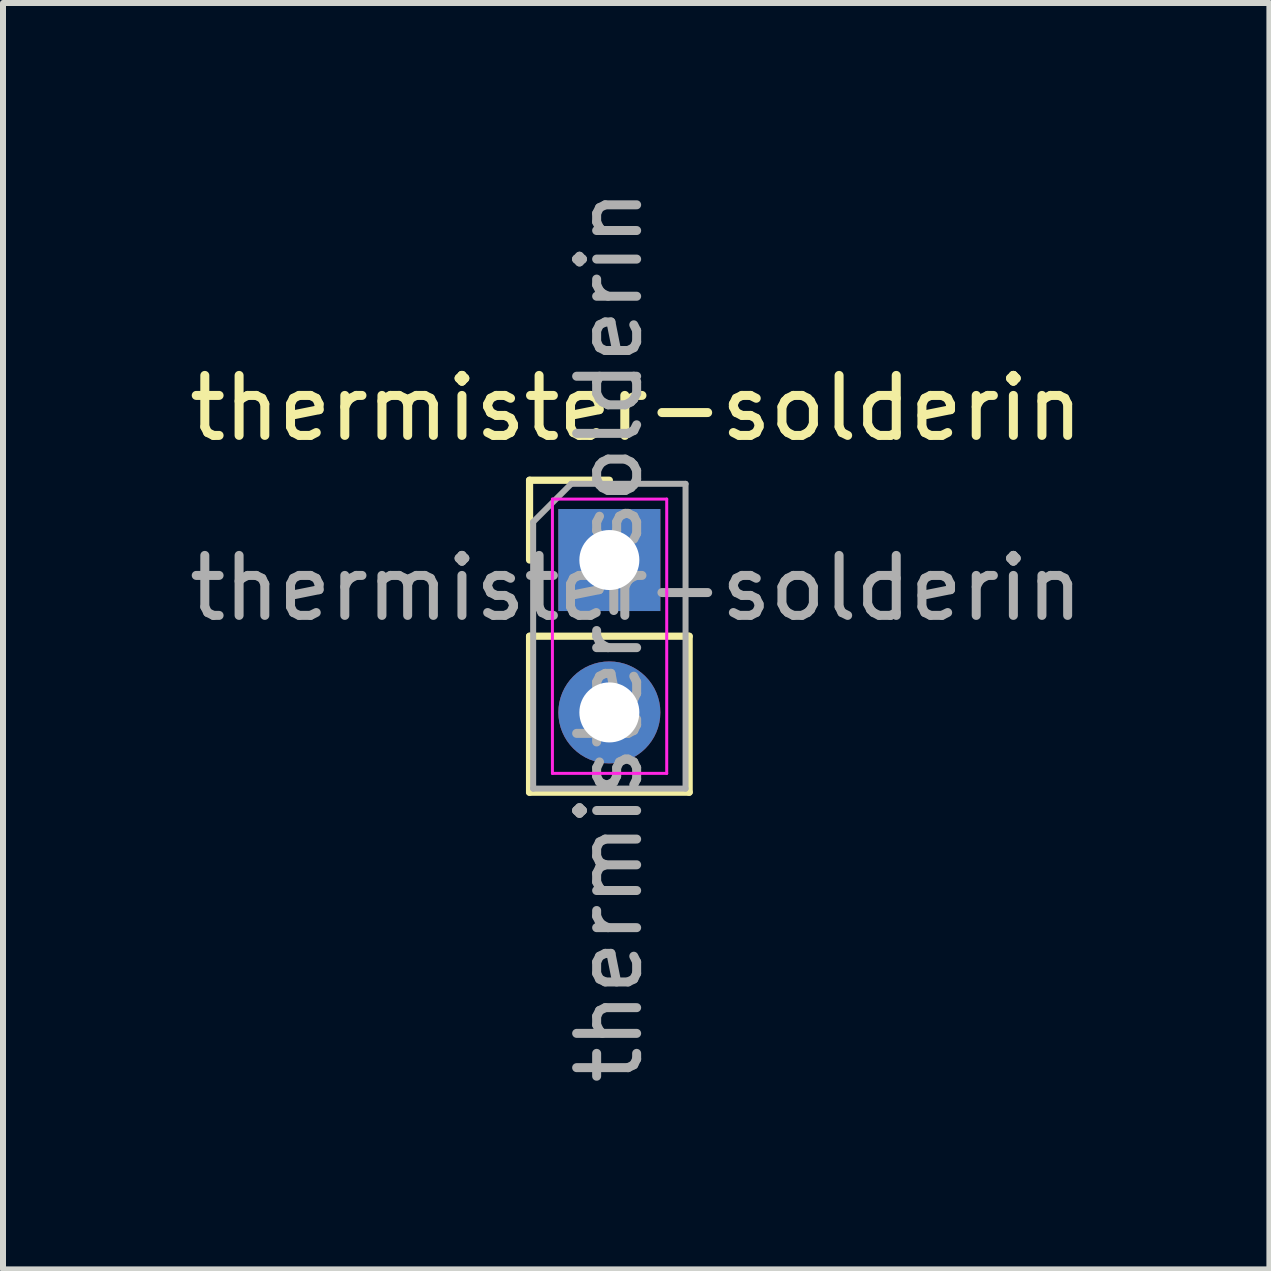
<source format=kicad_pcb>
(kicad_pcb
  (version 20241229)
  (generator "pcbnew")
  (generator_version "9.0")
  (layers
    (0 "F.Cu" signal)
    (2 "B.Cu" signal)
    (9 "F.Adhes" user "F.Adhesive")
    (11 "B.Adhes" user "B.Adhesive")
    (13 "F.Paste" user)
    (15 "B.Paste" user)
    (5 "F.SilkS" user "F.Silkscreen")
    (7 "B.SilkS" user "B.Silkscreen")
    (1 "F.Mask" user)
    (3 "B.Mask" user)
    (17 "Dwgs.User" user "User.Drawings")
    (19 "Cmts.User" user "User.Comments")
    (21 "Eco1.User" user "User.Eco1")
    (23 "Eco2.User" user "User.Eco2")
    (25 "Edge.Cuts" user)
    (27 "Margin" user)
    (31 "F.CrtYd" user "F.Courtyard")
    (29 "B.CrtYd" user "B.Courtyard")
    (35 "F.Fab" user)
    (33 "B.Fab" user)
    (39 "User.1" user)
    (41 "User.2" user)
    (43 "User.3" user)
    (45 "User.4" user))
  (footprint "thermister-solderin"
    (layer "F.Cu")
    (at 7.554 4.252)
    (property "Reference" "thermister-solderin" (at 0 -0.5 0) (unlocked yes) (layer "F.SilkS") (effects (font (size 1 1) (thickness 0.15))))
    (attr smd)
    (fp_line (start -1.778 0.702) (end -0.448 0.702) (stroke (width 0.12) (type solid)) (layer "F.SilkS"))
    (fp_line (start -1.778 2.032) (end -1.778 0.702) (stroke (width 0.12) (type solid)) (layer "F.SilkS"))
    (fp_line (start -1.778 3.302) (end -1.778 5.902) (stroke (width 0.12) (type solid)) (layer "F.SilkS"))
    (fp_line (start -1.778 3.302) (end 0.882 3.302) (stroke (width 0.12) (type solid)) (layer "F.SilkS"))
    (fp_line (start -1.778 5.902) (end 0.882 5.902) (stroke (width 0.12) (type solid)) (layer "F.SilkS"))
    (fp_line (start 0.882 3.302) (end 0.882 5.902) (stroke (width 0.12) (type solid)) (layer "F.SilkS"))
    (fp_line (start -1.397 1.016) (end -1.397 5.588) (stroke (width 0.05) (type solid)) (layer "F.CrtYd"))
    (fp_line (start -1.397 5.588) (end 0.508 5.588) (stroke (width 0.05) (type solid)) (layer "F.CrtYd"))
    (fp_line (start 0.508 1.016) (end -1.397 1.016) (stroke (width 0.05) (type solid)) (layer "F.CrtYd"))
    (fp_line (start 0.508 5.588) (end 0.508 1.016) (stroke (width 0.05) (type solid)) (layer "F.CrtYd"))
    (fp_line (start -1.718 1.397) (end -1.083 0.762) (stroke (width 0.1) (type solid)) (layer "F.Fab"))
    (fp_line (start -1.718 5.842) (end -1.718 1.397) (stroke (width 0.1) (type solid)) (layer "F.Fab"))
    (fp_line (start -1.083 0.762) (end 0.822 0.762) (stroke (width 0.1) (type solid)) (layer "F.Fab"))
    (fp_line (start 0.822 0.762) (end 0.822 5.842) (stroke (width 0.1) (type solid)) (layer "F.Fab"))
    (fp_line (start 0.822 5.842) (end -1.718 5.842) (stroke (width 0.1) (type solid)) (layer "F.Fab"))
    (fp_text user "${REFERENCE}" (at -0.448 3.302 90) (layer "F.Fab") (effects (font (size 1 1) (thickness 0.15))))
    (fp_text user "${REFERENCE}" (at 0 2.5 0) (unlocked yes) (layer "F.Fab") (effects (font (size 1 1) (thickness 0.15))))
    (pad "1" thru_hole rect (at -0.448 2.032) (size 1.7 1.7) (drill 1) (layers "*.Cu" "*.Mask"))
    (pad "2" thru_hole oval (at -0.448 4.572) (size 1.7 1.7) (drill 1) (layers "*.Cu" "*.Mask")))
  (gr_rect
    (start -3 -3)
    (end 18.107 18.107)
    (stroke (width 0.1) (type default))
    (fill no)
    (layer "Edge.Cuts")))
</source>
